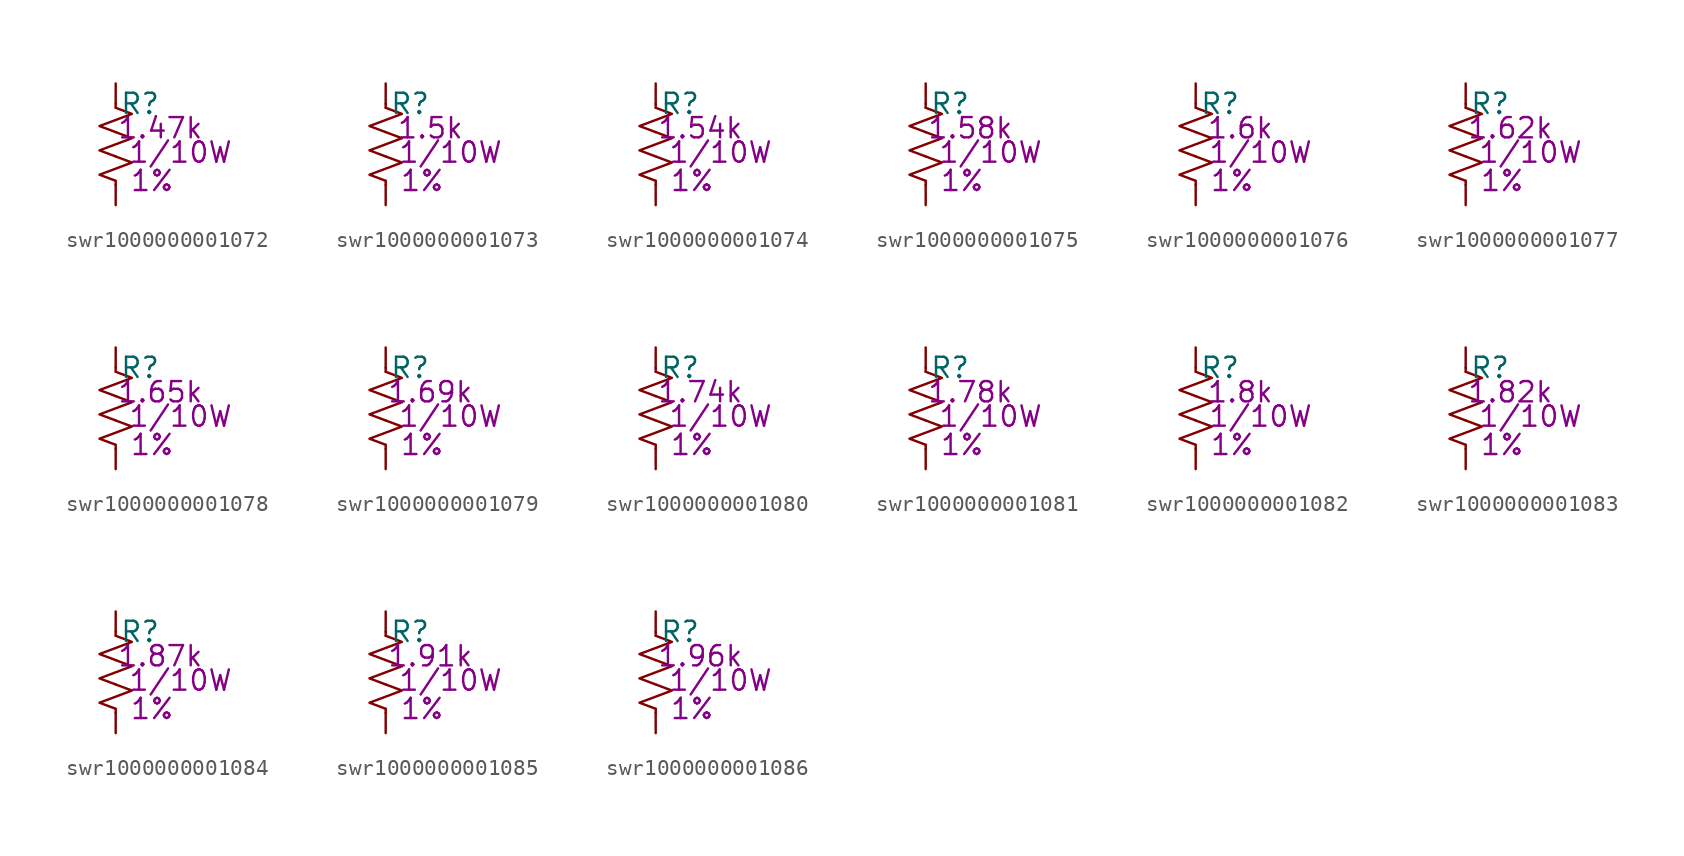
<source format=kicad_sym>
(kicad_symbol_lib
  (version 20211014)
  (generator kicad_symbol_editor)
  (symbol "swr1000000001072"
    (pin_numbers hide)
    (pin_names
      (offset 1.016))
    (property "Reference" "R"
      (at 1.524 2.54 0)
      (effects (font (size 1.27 1.27))))
    (property "Tolerance" "1%"
      (at 2.286 -2.286 0)
      (effects (font (size 1.27 1.27))))
    (property "Wattage" "1/10W"
      (at 4.064 -0.508 0)
      (effects (font (size 1.27 1.27))))
    (property "PartValue" "1.47k"
      (at 2.794 1.016 0)
      (effects (font (size 1.27 1.27))))
    (symbol "swr1000000001072_1_1"
      (polyline (pts (xy 0 -2.286) (xy 0 -2.54)) (stroke (width 0) (type default) (color 0 0 0 0)) (fill (type none)))
      (polyline (pts (xy 0 2.286) (xy 0 2.54)) (stroke (width 0) (type default) (color 0 0 0 0)) (fill (type none)))
      (polyline (pts (xy 0 -0.762) (xy 1.016 -1.143) (xy 0 -1.524) (xy -1.016 -1.905) (xy 0 -2.286)) (stroke (width 0) (type default) (color 0 0 0 0)) (fill (type none)))
      (polyline (pts (xy 0 0.762) (xy 1.016 0.381) (xy 0 0) (xy -1.016 -0.381) (xy 0 -0.762)) (stroke (width 0) (type default) (color 0 0 0 0)) (fill (type none)))
      (polyline (pts (xy 0 2.286) (xy 1.016 1.905) (xy 0 1.524) (xy -1.016 1.143) (xy 0 0.762)) (stroke (width 0) (type default) (color 0 0 0 0)) (fill (type none)))
      (pin passive line (at 0 3.81 270) (length 1.27) (name "~" (effects (font (size 1.27 1.27)))) (number "1" (effects (font (size 1.27 1.27)))))
      (pin passive line (at 0 -3.81 90) (length 1.27) (name "~" (effects (font (size 1.27 1.27)))) (number "2" (effects (font (size 1.27 1.27)))))))
  (symbol "swr1000000001073"
    (pin_numbers hide)
    (pin_names
      (offset 1.016))
    (property "Reference" "R"
      (at 1.524 2.54 0)
      (effects (font (size 1.27 1.27))))
    (property "Tolerance" "1%"
      (at 2.286 -2.286 0)
      (effects (font (size 1.27 1.27))))
    (property "Wattage" "1/10W"
      (at 4.064 -0.508 0)
      (effects (font (size 1.27 1.27))))
    (property "PartValue" "1.5k"
      (at 2.794 1.016 0)
      (effects (font (size 1.27 1.27))))
    (symbol "swr1000000001073_1_1"
      (polyline (pts (xy 0 -2.286) (xy 0 -2.54)) (stroke (width 0) (type default) (color 0 0 0 0)) (fill (type none)))
      (polyline (pts (xy 0 2.286) (xy 0 2.54)) (stroke (width 0) (type default) (color 0 0 0 0)) (fill (type none)))
      (polyline (pts (xy 0 -0.762) (xy 1.016 -1.143) (xy 0 -1.524) (xy -1.016 -1.905) (xy 0 -2.286)) (stroke (width 0) (type default) (color 0 0 0 0)) (fill (type none)))
      (polyline (pts (xy 0 0.762) (xy 1.016 0.381) (xy 0 0) (xy -1.016 -0.381) (xy 0 -0.762)) (stroke (width 0) (type default) (color 0 0 0 0)) (fill (type none)))
      (polyline (pts (xy 0 2.286) (xy 1.016 1.905) (xy 0 1.524) (xy -1.016 1.143) (xy 0 0.762)) (stroke (width 0) (type default) (color 0 0 0 0)) (fill (type none)))
      (pin passive line (at 0 3.81 270) (length 1.27) (name "~" (effects (font (size 1.27 1.27)))) (number "1" (effects (font (size 1.27 1.27)))))
      (pin passive line (at 0 -3.81 90) (length 1.27) (name "~" (effects (font (size 1.27 1.27)))) (number "2" (effects (font (size 1.27 1.27)))))))
  (symbol "swr1000000001074"
    (pin_numbers hide)
    (pin_names
      (offset 1.016))
    (property "Reference" "R"
      (at 1.524 2.54 0)
      (effects (font (size 1.27 1.27))))
    (property "Tolerance" "1%"
      (at 2.286 -2.286 0)
      (effects (font (size 1.27 1.27))))
    (property "Wattage" "1/10W"
      (at 4.064 -0.508 0)
      (effects (font (size 1.27 1.27))))
    (property "PartValue" "1.54k"
      (at 2.794 1.016 0)
      (effects (font (size 1.27 1.27))))
    (symbol "swr1000000001074_1_1"
      (polyline (pts (xy 0 -2.286) (xy 0 -2.54)) (stroke (width 0) (type default) (color 0 0 0 0)) (fill (type none)))
      (polyline (pts (xy 0 2.286) (xy 0 2.54)) (stroke (width 0) (type default) (color 0 0 0 0)) (fill (type none)))
      (polyline (pts (xy 0 -0.762) (xy 1.016 -1.143) (xy 0 -1.524) (xy -1.016 -1.905) (xy 0 -2.286)) (stroke (width 0) (type default) (color 0 0 0 0)) (fill (type none)))
      (polyline (pts (xy 0 0.762) (xy 1.016 0.381) (xy 0 0) (xy -1.016 -0.381) (xy 0 -0.762)) (stroke (width 0) (type default) (color 0 0 0 0)) (fill (type none)))
      (polyline (pts (xy 0 2.286) (xy 1.016 1.905) (xy 0 1.524) (xy -1.016 1.143) (xy 0 0.762)) (stroke (width 0) (type default) (color 0 0 0 0)) (fill (type none)))
      (pin passive line (at 0 3.81 270) (length 1.27) (name "~" (effects (font (size 1.27 1.27)))) (number "1" (effects (font (size 1.27 1.27)))))
      (pin passive line (at 0 -3.81 90) (length 1.27) (name "~" (effects (font (size 1.27 1.27)))) (number "2" (effects (font (size 1.27 1.27)))))))
  (symbol "swr1000000001075"
    (pin_numbers hide)
    (pin_names
      (offset 1.016))
    (property "Reference" "R"
      (at 1.524 2.54 0)
      (effects (font (size 1.27 1.27))))
    (property "Tolerance" "1%"
      (at 2.286 -2.286 0)
      (effects (font (size 1.27 1.27))))
    (property "Wattage" "1/10W"
      (at 4.064 -0.508 0)
      (effects (font (size 1.27 1.27))))
    (property "PartValue" "1.58k"
      (at 2.794 1.016 0)
      (effects (font (size 1.27 1.27))))
    (symbol "swr1000000001075_1_1"
      (polyline (pts (xy 0 -2.286) (xy 0 -2.54)) (stroke (width 0) (type default) (color 0 0 0 0)) (fill (type none)))
      (polyline (pts (xy 0 2.286) (xy 0 2.54)) (stroke (width 0) (type default) (color 0 0 0 0)) (fill (type none)))
      (polyline (pts (xy 0 -0.762) (xy 1.016 -1.143) (xy 0 -1.524) (xy -1.016 -1.905) (xy 0 -2.286)) (stroke (width 0) (type default) (color 0 0 0 0)) (fill (type none)))
      (polyline (pts (xy 0 0.762) (xy 1.016 0.381) (xy 0 0) (xy -1.016 -0.381) (xy 0 -0.762)) (stroke (width 0) (type default) (color 0 0 0 0)) (fill (type none)))
      (polyline (pts (xy 0 2.286) (xy 1.016 1.905) (xy 0 1.524) (xy -1.016 1.143) (xy 0 0.762)) (stroke (width 0) (type default) (color 0 0 0 0)) (fill (type none)))
      (pin passive line (at 0 3.81 270) (length 1.27) (name "~" (effects (font (size 1.27 1.27)))) (number "1" (effects (font (size 1.27 1.27)))))
      (pin passive line (at 0 -3.81 90) (length 1.27) (name "~" (effects (font (size 1.27 1.27)))) (number "2" (effects (font (size 1.27 1.27)))))))
  (symbol "swr1000000001076"
    (pin_numbers hide)
    (pin_names
      (offset 1.016))
    (property "Reference" "R"
      (at 1.524 2.54 0)
      (effects (font (size 1.27 1.27))))
    (property "Tolerance" "1%"
      (at 2.286 -2.286 0)
      (effects (font (size 1.27 1.27))))
    (property "Wattage" "1/10W"
      (at 4.064 -0.508 0)
      (effects (font (size 1.27 1.27))))
    (property "PartValue" "1.6k"
      (at 2.794 1.016 0)
      (effects (font (size 1.27 1.27))))
    (symbol "swr1000000001076_1_1"
      (polyline (pts (xy 0 -2.286) (xy 0 -2.54)) (stroke (width 0) (type default) (color 0 0 0 0)) (fill (type none)))
      (polyline (pts (xy 0 2.286) (xy 0 2.54)) (stroke (width 0) (type default) (color 0 0 0 0)) (fill (type none)))
      (polyline (pts (xy 0 -0.762) (xy 1.016 -1.143) (xy 0 -1.524) (xy -1.016 -1.905) (xy 0 -2.286)) (stroke (width 0) (type default) (color 0 0 0 0)) (fill (type none)))
      (polyline (pts (xy 0 0.762) (xy 1.016 0.381) (xy 0 0) (xy -1.016 -0.381) (xy 0 -0.762)) (stroke (width 0) (type default) (color 0 0 0 0)) (fill (type none)))
      (polyline (pts (xy 0 2.286) (xy 1.016 1.905) (xy 0 1.524) (xy -1.016 1.143) (xy 0 0.762)) (stroke (width 0) (type default) (color 0 0 0 0)) (fill (type none)))
      (pin passive line (at 0 3.81 270) (length 1.27) (name "~" (effects (font (size 1.27 1.27)))) (number "1" (effects (font (size 1.27 1.27)))))
      (pin passive line (at 0 -3.81 90) (length 1.27) (name "~" (effects (font (size 1.27 1.27)))) (number "2" (effects (font (size 1.27 1.27)))))))
  (symbol "swr1000000001077"
    (pin_numbers hide)
    (pin_names
      (offset 1.016))
    (property "Reference" "R"
      (at 1.524 2.54 0)
      (effects (font (size 1.27 1.27))))
    (property "Tolerance" "1%"
      (at 2.286 -2.286 0)
      (effects (font (size 1.27 1.27))))
    (property "Wattage" "1/10W"
      (at 4.064 -0.508 0)
      (effects (font (size 1.27 1.27))))
    (property "PartValue" "1.62k"
      (at 2.794 1.016 0)
      (effects (font (size 1.27 1.27))))
    (symbol "swr1000000001077_1_1"
      (polyline (pts (xy 0 -2.286) (xy 0 -2.54)) (stroke (width 0) (type default) (color 0 0 0 0)) (fill (type none)))
      (polyline (pts (xy 0 2.286) (xy 0 2.54)) (stroke (width 0) (type default) (color 0 0 0 0)) (fill (type none)))
      (polyline (pts (xy 0 -0.762) (xy 1.016 -1.143) (xy 0 -1.524) (xy -1.016 -1.905) (xy 0 -2.286)) (stroke (width 0) (type default) (color 0 0 0 0)) (fill (type none)))
      (polyline (pts (xy 0 0.762) (xy 1.016 0.381) (xy 0 0) (xy -1.016 -0.381) (xy 0 -0.762)) (stroke (width 0) (type default) (color 0 0 0 0)) (fill (type none)))
      (polyline (pts (xy 0 2.286) (xy 1.016 1.905) (xy 0 1.524) (xy -1.016 1.143) (xy 0 0.762)) (stroke (width 0) (type default) (color 0 0 0 0)) (fill (type none)))
      (pin passive line (at 0 3.81 270) (length 1.27) (name "~" (effects (font (size 1.27 1.27)))) (number "1" (effects (font (size 1.27 1.27)))))
      (pin passive line (at 0 -3.81 90) (length 1.27) (name "~" (effects (font (size 1.27 1.27)))) (number "2" (effects (font (size 1.27 1.27)))))))
  (symbol "swr1000000001078"
    (pin_numbers hide)
    (pin_names
      (offset 1.016))
    (property "Reference" "R"
      (at 1.524 2.54 0)
      (effects (font (size 1.27 1.27))))
    (property "Tolerance" "1%"
      (at 2.286 -2.286 0)
      (effects (font (size 1.27 1.27))))
    (property "Wattage" "1/10W"
      (at 4.064 -0.508 0)
      (effects (font (size 1.27 1.27))))
    (property "PartValue" "1.65k"
      (at 2.794 1.016 0)
      (effects (font (size 1.27 1.27))))
    (symbol "swr1000000001078_1_1"
      (polyline (pts (xy 0 -2.286) (xy 0 -2.54)) (stroke (width 0) (type default) (color 0 0 0 0)) (fill (type none)))
      (polyline (pts (xy 0 2.286) (xy 0 2.54)) (stroke (width 0) (type default) (color 0 0 0 0)) (fill (type none)))
      (polyline (pts (xy 0 -0.762) (xy 1.016 -1.143) (xy 0 -1.524) (xy -1.016 -1.905) (xy 0 -2.286)) (stroke (width 0) (type default) (color 0 0 0 0)) (fill (type none)))
      (polyline (pts (xy 0 0.762) (xy 1.016 0.381) (xy 0 0) (xy -1.016 -0.381) (xy 0 -0.762)) (stroke (width 0) (type default) (color 0 0 0 0)) (fill (type none)))
      (polyline (pts (xy 0 2.286) (xy 1.016 1.905) (xy 0 1.524) (xy -1.016 1.143) (xy 0 0.762)) (stroke (width 0) (type default) (color 0 0 0 0)) (fill (type none)))
      (pin passive line (at 0 3.81 270) (length 1.27) (name "~" (effects (font (size 1.27 1.27)))) (number "1" (effects (font (size 1.27 1.27)))))
      (pin passive line (at 0 -3.81 90) (length 1.27) (name "~" (effects (font (size 1.27 1.27)))) (number "2" (effects (font (size 1.27 1.27)))))))
  (symbol "swr1000000001079"
    (pin_numbers hide)
    (pin_names
      (offset 1.016))
    (property "Reference" "R"
      (at 1.524 2.54 0)
      (effects (font (size 1.27 1.27))))
    (property "Tolerance" "1%"
      (at 2.286 -2.286 0)
      (effects (font (size 1.27 1.27))))
    (property "Wattage" "1/10W"
      (at 4.064 -0.508 0)
      (effects (font (size 1.27 1.27))))
    (property "PartValue" "1.69k"
      (at 2.794 1.016 0)
      (effects (font (size 1.27 1.27))))
    (symbol "swr1000000001079_1_1"
      (polyline (pts (xy 0 -2.286) (xy 0 -2.54)) (stroke (width 0) (type default) (color 0 0 0 0)) (fill (type none)))
      (polyline (pts (xy 0 2.286) (xy 0 2.54)) (stroke (width 0) (type default) (color 0 0 0 0)) (fill (type none)))
      (polyline (pts (xy 0 -0.762) (xy 1.016 -1.143) (xy 0 -1.524) (xy -1.016 -1.905) (xy 0 -2.286)) (stroke (width 0) (type default) (color 0 0 0 0)) (fill (type none)))
      (polyline (pts (xy 0 0.762) (xy 1.016 0.381) (xy 0 0) (xy -1.016 -0.381) (xy 0 -0.762)) (stroke (width 0) (type default) (color 0 0 0 0)) (fill (type none)))
      (polyline (pts (xy 0 2.286) (xy 1.016 1.905) (xy 0 1.524) (xy -1.016 1.143) (xy 0 0.762)) (stroke (width 0) (type default) (color 0 0 0 0)) (fill (type none)))
      (pin passive line (at 0 3.81 270) (length 1.27) (name "~" (effects (font (size 1.27 1.27)))) (number "1" (effects (font (size 1.27 1.27)))))
      (pin passive line (at 0 -3.81 90) (length 1.27) (name "~" (effects (font (size 1.27 1.27)))) (number "2" (effects (font (size 1.27 1.27)))))))
  (symbol "swr1000000001080"
    (pin_numbers hide)
    (pin_names
      (offset 1.016))
    (property "Reference" "R"
      (at 1.524 2.54 0)
      (effects (font (size 1.27 1.27))))
    (property "Tolerance" "1%"
      (at 2.286 -2.286 0)
      (effects (font (size 1.27 1.27))))
    (property "Wattage" "1/10W"
      (at 4.064 -0.508 0)
      (effects (font (size 1.27 1.27))))
    (property "PartValue" "1.74k"
      (at 2.794 1.016 0)
      (effects (font (size 1.27 1.27))))
    (symbol "swr1000000001080_1_1"
      (polyline (pts (xy 0 -2.286) (xy 0 -2.54)) (stroke (width 0) (type default) (color 0 0 0 0)) (fill (type none)))
      (polyline (pts (xy 0 2.286) (xy 0 2.54)) (stroke (width 0) (type default) (color 0 0 0 0)) (fill (type none)))
      (polyline (pts (xy 0 -0.762) (xy 1.016 -1.143) (xy 0 -1.524) (xy -1.016 -1.905) (xy 0 -2.286)) (stroke (width 0) (type default) (color 0 0 0 0)) (fill (type none)))
      (polyline (pts (xy 0 0.762) (xy 1.016 0.381) (xy 0 0) (xy -1.016 -0.381) (xy 0 -0.762)) (stroke (width 0) (type default) (color 0 0 0 0)) (fill (type none)))
      (polyline (pts (xy 0 2.286) (xy 1.016 1.905) (xy 0 1.524) (xy -1.016 1.143) (xy 0 0.762)) (stroke (width 0) (type default) (color 0 0 0 0)) (fill (type none)))
      (pin passive line (at 0 3.81 270) (length 1.27) (name "~" (effects (font (size 1.27 1.27)))) (number "1" (effects (font (size 1.27 1.27)))))
      (pin passive line (at 0 -3.81 90) (length 1.27) (name "~" (effects (font (size 1.27 1.27)))) (number "2" (effects (font (size 1.27 1.27)))))))
  (symbol "swr1000000001081"
    (pin_numbers hide)
    (pin_names
      (offset 1.016))
    (property "Reference" "R"
      (at 1.524 2.54 0)
      (effects (font (size 1.27 1.27))))
    (property "Tolerance" "1%"
      (at 2.286 -2.286 0)
      (effects (font (size 1.27 1.27))))
    (property "Wattage" "1/10W"
      (at 4.064 -0.508 0)
      (effects (font (size 1.27 1.27))))
    (property "PartValue" "1.78k"
      (at 2.794 1.016 0)
      (effects (font (size 1.27 1.27))))
    (symbol "swr1000000001081_1_1"
      (polyline (pts (xy 0 -2.286) (xy 0 -2.54)) (stroke (width 0) (type default) (color 0 0 0 0)) (fill (type none)))
      (polyline (pts (xy 0 2.286) (xy 0 2.54)) (stroke (width 0) (type default) (color 0 0 0 0)) (fill (type none)))
      (polyline (pts (xy 0 -0.762) (xy 1.016 -1.143) (xy 0 -1.524) (xy -1.016 -1.905) (xy 0 -2.286)) (stroke (width 0) (type default) (color 0 0 0 0)) (fill (type none)))
      (polyline (pts (xy 0 0.762) (xy 1.016 0.381) (xy 0 0) (xy -1.016 -0.381) (xy 0 -0.762)) (stroke (width 0) (type default) (color 0 0 0 0)) (fill (type none)))
      (polyline (pts (xy 0 2.286) (xy 1.016 1.905) (xy 0 1.524) (xy -1.016 1.143) (xy 0 0.762)) (stroke (width 0) (type default) (color 0 0 0 0)) (fill (type none)))
      (pin passive line (at 0 3.81 270) (length 1.27) (name "~" (effects (font (size 1.27 1.27)))) (number "1" (effects (font (size 1.27 1.27)))))
      (pin passive line (at 0 -3.81 90) (length 1.27) (name "~" (effects (font (size 1.27 1.27)))) (number "2" (effects (font (size 1.27 1.27)))))))
  (symbol "swr1000000001082"
    (pin_numbers hide)
    (pin_names
      (offset 1.016))
    (property "Reference" "R"
      (at 1.524 2.54 0)
      (effects (font (size 1.27 1.27))))
    (property "Tolerance" "1%"
      (at 2.286 -2.286 0)
      (effects (font (size 1.27 1.27))))
    (property "Wattage" "1/10W"
      (at 4.064 -0.508 0)
      (effects (font (size 1.27 1.27))))
    (property "PartValue" "1.8k"
      (at 2.794 1.016 0)
      (effects (font (size 1.27 1.27))))
    (symbol "swr1000000001082_1_1"
      (polyline (pts (xy 0 -2.286) (xy 0 -2.54)) (stroke (width 0) (type default) (color 0 0 0 0)) (fill (type none)))
      (polyline (pts (xy 0 2.286) (xy 0 2.54)) (stroke (width 0) (type default) (color 0 0 0 0)) (fill (type none)))
      (polyline (pts (xy 0 -0.762) (xy 1.016 -1.143) (xy 0 -1.524) (xy -1.016 -1.905) (xy 0 -2.286)) (stroke (width 0) (type default) (color 0 0 0 0)) (fill (type none)))
      (polyline (pts (xy 0 0.762) (xy 1.016 0.381) (xy 0 0) (xy -1.016 -0.381) (xy 0 -0.762)) (stroke (width 0) (type default) (color 0 0 0 0)) (fill (type none)))
      (polyline (pts (xy 0 2.286) (xy 1.016 1.905) (xy 0 1.524) (xy -1.016 1.143) (xy 0 0.762)) (stroke (width 0) (type default) (color 0 0 0 0)) (fill (type none)))
      (pin passive line (at 0 3.81 270) (length 1.27) (name "~" (effects (font (size 1.27 1.27)))) (number "1" (effects (font (size 1.27 1.27)))))
      (pin passive line (at 0 -3.81 90) (length 1.27) (name "~" (effects (font (size 1.27 1.27)))) (number "2" (effects (font (size 1.27 1.27)))))))
  (symbol "swr1000000001083"
    (pin_numbers hide)
    (pin_names
      (offset 1.016))
    (property "Reference" "R"
      (at 1.524 2.54 0)
      (effects (font (size 1.27 1.27))))
    (property "Tolerance" "1%"
      (at 2.286 -2.286 0)
      (effects (font (size 1.27 1.27))))
    (property "Wattage" "1/10W"
      (at 4.064 -0.508 0)
      (effects (font (size 1.27 1.27))))
    (property "PartValue" "1.82k"
      (at 2.794 1.016 0)
      (effects (font (size 1.27 1.27))))
    (symbol "swr1000000001083_1_1"
      (polyline (pts (xy 0 -2.286) (xy 0 -2.54)) (stroke (width 0) (type default) (color 0 0 0 0)) (fill (type none)))
      (polyline (pts (xy 0 2.286) (xy 0 2.54)) (stroke (width 0) (type default) (color 0 0 0 0)) (fill (type none)))
      (polyline (pts (xy 0 -0.762) (xy 1.016 -1.143) (xy 0 -1.524) (xy -1.016 -1.905) (xy 0 -2.286)) (stroke (width 0) (type default) (color 0 0 0 0)) (fill (type none)))
      (polyline (pts (xy 0 0.762) (xy 1.016 0.381) (xy 0 0) (xy -1.016 -0.381) (xy 0 -0.762)) (stroke (width 0) (type default) (color 0 0 0 0)) (fill (type none)))
      (polyline (pts (xy 0 2.286) (xy 1.016 1.905) (xy 0 1.524) (xy -1.016 1.143) (xy 0 0.762)) (stroke (width 0) (type default) (color 0 0 0 0)) (fill (type none)))
      (pin passive line (at 0 3.81 270) (length 1.27) (name "~" (effects (font (size 1.27 1.27)))) (number "1" (effects (font (size 1.27 1.27)))))
      (pin passive line (at 0 -3.81 90) (length 1.27) (name "~" (effects (font (size 1.27 1.27)))) (number "2" (effects (font (size 1.27 1.27)))))))
  (symbol "swr1000000001084"
    (pin_numbers hide)
    (pin_names
      (offset 1.016))
    (property "Reference" "R"
      (at 1.524 2.54 0)
      (effects (font (size 1.27 1.27))))
    (property "Tolerance" "1%"
      (at 2.286 -2.286 0)
      (effects (font (size 1.27 1.27))))
    (property "Wattage" "1/10W"
      (at 4.064 -0.508 0)
      (effects (font (size 1.27 1.27))))
    (property "PartValue" "1.87k"
      (at 2.794 1.016 0)
      (effects (font (size 1.27 1.27))))
    (symbol "swr1000000001084_1_1"
      (polyline (pts (xy 0 -2.286) (xy 0 -2.54)) (stroke (width 0) (type default) (color 0 0 0 0)) (fill (type none)))
      (polyline (pts (xy 0 2.286) (xy 0 2.54)) (stroke (width 0) (type default) (color 0 0 0 0)) (fill (type none)))
      (polyline (pts (xy 0 -0.762) (xy 1.016 -1.143) (xy 0 -1.524) (xy -1.016 -1.905) (xy 0 -2.286)) (stroke (width 0) (type default) (color 0 0 0 0)) (fill (type none)))
      (polyline (pts (xy 0 0.762) (xy 1.016 0.381) (xy 0 0) (xy -1.016 -0.381) (xy 0 -0.762)) (stroke (width 0) (type default) (color 0 0 0 0)) (fill (type none)))
      (polyline (pts (xy 0 2.286) (xy 1.016 1.905) (xy 0 1.524) (xy -1.016 1.143) (xy 0 0.762)) (stroke (width 0) (type default) (color 0 0 0 0)) (fill (type none)))
      (pin passive line (at 0 3.81 270) (length 1.27) (name "~" (effects (font (size 1.27 1.27)))) (number "1" (effects (font (size 1.27 1.27)))))
      (pin passive line (at 0 -3.81 90) (length 1.27) (name "~" (effects (font (size 1.27 1.27)))) (number "2" (effects (font (size 1.27 1.27)))))))
  (symbol "swr1000000001085"
    (pin_numbers hide)
    (pin_names
      (offset 1.016))
    (property "Reference" "R"
      (at 1.524 2.54 0)
      (effects (font (size 1.27 1.27))))
    (property "Tolerance" "1%"
      (at 2.286 -2.286 0)
      (effects (font (size 1.27 1.27))))
    (property "Wattage" "1/10W"
      (at 4.064 -0.508 0)
      (effects (font (size 1.27 1.27))))
    (property "PartValue" "1.91k"
      (at 2.794 1.016 0)
      (effects (font (size 1.27 1.27))))
    (symbol "swr1000000001085_1_1"
      (polyline (pts (xy 0 -2.286) (xy 0 -2.54)) (stroke (width 0) (type default) (color 0 0 0 0)) (fill (type none)))
      (polyline (pts (xy 0 2.286) (xy 0 2.54)) (stroke (width 0) (type default) (color 0 0 0 0)) (fill (type none)))
      (polyline (pts (xy 0 -0.762) (xy 1.016 -1.143) (xy 0 -1.524) (xy -1.016 -1.905) (xy 0 -2.286)) (stroke (width 0) (type default) (color 0 0 0 0)) (fill (type none)))
      (polyline (pts (xy 0 0.762) (xy 1.016 0.381) (xy 0 0) (xy -1.016 -0.381) (xy 0 -0.762)) (stroke (width 0) (type default) (color 0 0 0 0)) (fill (type none)))
      (polyline (pts (xy 0 2.286) (xy 1.016 1.905) (xy 0 1.524) (xy -1.016 1.143) (xy 0 0.762)) (stroke (width 0) (type default) (color 0 0 0 0)) (fill (type none)))
      (pin passive line (at 0 3.81 270) (length 1.27) (name "~" (effects (font (size 1.27 1.27)))) (number "1" (effects (font (size 1.27 1.27)))))
      (pin passive line (at 0 -3.81 90) (length 1.27) (name "~" (effects (font (size 1.27 1.27)))) (number "2" (effects (font (size 1.27 1.27)))))))
  (symbol "swr1000000001086"
    (pin_numbers hide)
    (pin_names
      (offset 1.016))
    (property "Reference" "R"
      (at 1.524 2.54 0)
      (effects (font (size 1.27 1.27))))
    (property "Tolerance" "1%"
      (at 2.286 -2.286 0)
      (effects (font (size 1.27 1.27))))
    (property "Wattage" "1/10W"
      (at 4.064 -0.508 0)
      (effects (font (size 1.27 1.27))))
    (property "PartValue" "1.96k"
      (at 2.794 1.016 0)
      (effects (font (size 1.27 1.27))))
    (symbol "swr1000000001086_1_1"
      (polyline (pts (xy 0 -2.286) (xy 0 -2.54)) (stroke (width 0) (type default) (color 0 0 0 0)) (fill (type none)))
      (polyline (pts (xy 0 2.286) (xy 0 2.54)) (stroke (width 0) (type default) (color 0 0 0 0)) (fill (type none)))
      (polyline (pts (xy 0 -0.762) (xy 1.016 -1.143) (xy 0 -1.524) (xy -1.016 -1.905) (xy 0 -2.286)) (stroke (width 0) (type default) (color 0 0 0 0)) (fill (type none)))
      (polyline (pts (xy 0 0.762) (xy 1.016 0.381) (xy 0 0) (xy -1.016 -0.381) (xy 0 -0.762)) (stroke (width 0) (type default) (color 0 0 0 0)) (fill (type none)))
      (polyline (pts (xy 0 2.286) (xy 1.016 1.905) (xy 0 1.524) (xy -1.016 1.143) (xy 0 0.762)) (stroke (width 0) (type default) (color 0 0 0 0)) (fill (type none)))
      (pin passive line (at 0 3.81 270) (length 1.27) (name "~" (effects (font (size 1.27 1.27)))) (number "1" (effects (font (size 1.27 1.27)))))
      (pin passive line (at 0 -3.81 90) (length 1.27) (name "~" (effects (font (size 1.27 1.27)))) (number "2" (effects (font (size 1.27 1.27))))))))
</source>
